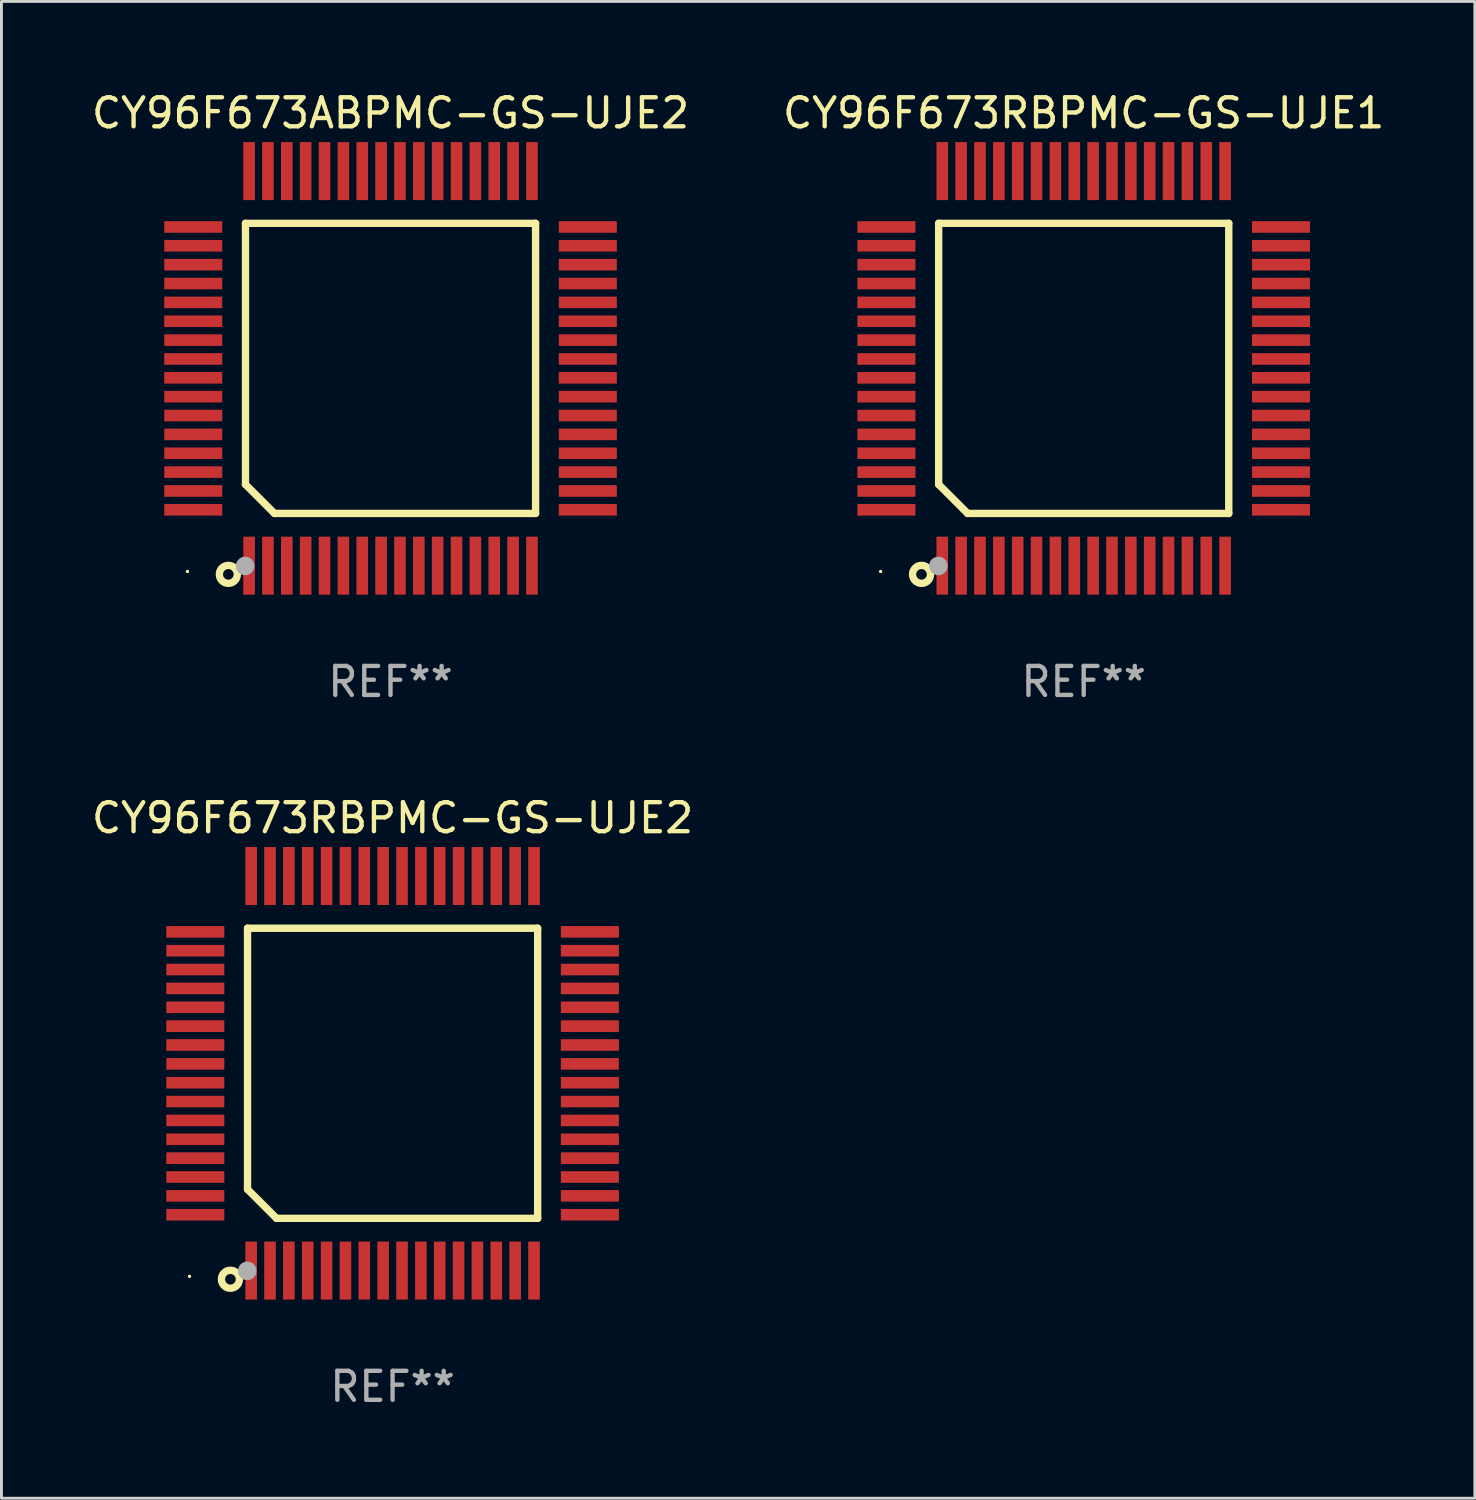
<source format=kicad_pcb>
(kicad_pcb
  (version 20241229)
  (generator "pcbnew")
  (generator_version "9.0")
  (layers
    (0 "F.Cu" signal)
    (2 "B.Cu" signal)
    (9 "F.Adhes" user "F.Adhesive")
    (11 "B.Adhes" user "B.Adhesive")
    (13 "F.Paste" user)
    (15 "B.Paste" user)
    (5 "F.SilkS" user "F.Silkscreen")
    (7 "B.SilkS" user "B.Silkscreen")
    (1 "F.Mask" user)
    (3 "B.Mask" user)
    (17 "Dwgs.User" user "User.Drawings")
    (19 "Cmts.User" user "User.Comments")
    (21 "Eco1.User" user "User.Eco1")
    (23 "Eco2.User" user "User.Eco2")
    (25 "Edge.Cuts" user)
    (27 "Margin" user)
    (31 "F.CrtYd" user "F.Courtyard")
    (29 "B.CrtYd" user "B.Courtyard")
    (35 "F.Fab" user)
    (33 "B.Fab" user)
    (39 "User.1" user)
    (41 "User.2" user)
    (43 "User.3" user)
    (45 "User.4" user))
  (footprint "CY96F673ABPMC-GS-UJE2"
    (layer "F.Cu")
    (at 10.411 9.648)
    (property "Reference" "CY96F673ABPMC-GS-UJE2" (at 0 -8.8 0) (layer "F.SilkS") (effects (font (size 1 1) (thickness 0.15))))
    (attr through_hole)
    (fp_line (start -5 -5) (end 5 -5) (stroke (width 0.254) (type solid)) (layer "F.SilkS"))
    (fp_line (start -5 4) (end -5 -5) (stroke (width 0.254) (type solid)) (layer "F.SilkS"))
    (fp_line (start -4 5) (end -5 4) (stroke (width 0.254) (type solid)) (layer "F.SilkS"))
    (fp_line (start 5 -5) (end 5 5) (stroke (width 0.254) (type solid)) (layer "F.SilkS"))
    (fp_line (start 5 5) (end -4 5) (stroke (width 0.254) (type solid)) (layer "F.SilkS"))
    (fp_circle (center -7 7) (end -6.97 7) (stroke (width 0.06) (type solid)) (fill no) (layer "F.SilkS"))
    (fp_circle (center -5.59 7.1) (end -5.28 7.1) (stroke (width 0.254) (type solid)) (fill no) (layer "F.SilkS"))
    (fp_circle (center -5.01 6.81) (end -4.85 6.81) (stroke (width 0.32) (type solid)) (fill no) (layer "F.Fab"))
    (fp_text user "REF**" (at 0 10.8 0) (layer "F.Fab") (effects (font (size 1 1) (thickness 0.15))))
    (pad "1" smd rect (at -4.875 6.8) (size 0.4 2) (layers "F.Cu" "F.Mask" "F.Paste"))
    (pad "2" smd rect (at -4.225 6.8) (size 0.4 2) (layers "F.Cu" "F.Mask" "F.Paste"))
    (pad "3" smd rect (at -3.575 6.8) (size 0.4 2) (layers "F.Cu" "F.Mask" "F.Paste"))
    (pad "4" smd rect (at -2.925 6.8) (size 0.4 2) (layers "F.Cu" "F.Mask" "F.Paste"))
    (pad "5" smd rect (at -2.275 6.8) (size 0.4 2) (layers "F.Cu" "F.Mask" "F.Paste"))
    (pad "6" smd rect (at -1.625 6.8) (size 0.4 2) (layers "F.Cu" "F.Mask" "F.Paste"))
    (pad "7" smd rect (at -0.975 6.8) (size 0.4 2) (layers "F.Cu" "F.Mask" "F.Paste"))
    (pad "8" smd rect (at -0.325 6.8) (size 0.4 2) (layers "F.Cu" "F.Mask" "F.Paste"))
    (pad "9" smd rect (at 0.325 6.8) (size 0.4 2) (layers "F.Cu" "F.Mask" "F.Paste"))
    (pad "10" smd rect (at 0.975 6.8) (size 0.4 2) (layers "F.Cu" "F.Mask" "F.Paste"))
    (pad "11" smd rect (at 1.625 6.8) (size 0.4 2) (layers "F.Cu" "F.Mask" "F.Paste"))
    (pad "12" smd rect (at 2.275 6.8) (size 0.4 2) (layers "F.Cu" "F.Mask" "F.Paste"))
    (pad "13" smd rect (at 2.925 6.8) (size 0.4 2) (layers "F.Cu" "F.Mask" "F.Paste"))
    (pad "14" smd rect (at 3.575 6.8) (size 0.4 2) (layers "F.Cu" "F.Mask" "F.Paste"))
    (pad "15" smd rect (at 4.225 6.8) (size 0.4 2) (layers "F.Cu" "F.Mask" "F.Paste"))
    (pad "16" smd rect (at 4.875 6.8) (size 0.4 2) (layers "F.Cu" "F.Mask" "F.Paste"))
    (pad "17" smd rect (at 6.8 4.875) (size 2 0.4) (layers "F.Cu" "F.Mask" "F.Paste"))
    (pad "18" smd rect (at 6.8 4.225) (size 2 0.4) (layers "F.Cu" "F.Mask" "F.Paste"))
    (pad "19" smd rect (at 6.8 3.575) (size 2 0.4) (layers "F.Cu" "F.Mask" "F.Paste"))
    (pad "20" smd rect (at 6.8 2.925) (size 2 0.4) (layers "F.Cu" "F.Mask" "F.Paste"))
    (pad "21" smd rect (at 6.8 2.275) (size 2 0.4) (layers "F.Cu" "F.Mask" "F.Paste"))
    (pad "22" smd rect (at 6.8 1.625) (size 2 0.4) (layers "F.Cu" "F.Mask" "F.Paste"))
    (pad "23" smd rect (at 6.8 0.975) (size 2 0.4) (layers "F.Cu" "F.Mask" "F.Paste"))
    (pad "24" smd rect (at 6.8 0.325) (size 2 0.4) (layers "F.Cu" "F.Mask" "F.Paste"))
    (pad "25" smd rect (at 6.8 -0.325) (size 2 0.4) (layers "F.Cu" "F.Mask" "F.Paste"))
    (pad "26" smd rect (at 6.8 -0.975) (size 2 0.4) (layers "F.Cu" "F.Mask" "F.Paste"))
    (pad "27" smd rect (at 6.8 -1.625) (size 2 0.4) (layers "F.Cu" "F.Mask" "F.Paste"))
    (pad "28" smd rect (at 6.8 -2.275) (size 2 0.4) (layers "F.Cu" "F.Mask" "F.Paste"))
    (pad "29" smd rect (at 6.8 -2.925) (size 2 0.4) (layers "F.Cu" "F.Mask" "F.Paste"))
    (pad "30" smd rect (at 6.8 -3.575) (size 2 0.4) (layers "F.Cu" "F.Mask" "F.Paste"))
    (pad "31" smd rect (at 6.8 -4.225) (size 2 0.4) (layers "F.Cu" "F.Mask" "F.Paste"))
    (pad "32" smd rect (at 6.8 -4.875) (size 2 0.4) (layers "F.Cu" "F.Mask" "F.Paste"))
    (pad "33" smd rect (at 4.875 -6.8) (size 0.4 2) (layers "F.Cu" "F.Mask" "F.Paste"))
    (pad "34" smd rect (at 4.225 -6.8) (size 0.4 2) (layers "F.Cu" "F.Mask" "F.Paste"))
    (pad "35" smd rect (at 3.575 -6.8) (size 0.4 2) (layers "F.Cu" "F.Mask" "F.Paste"))
    (pad "36" smd rect (at 2.925 -6.8) (size 0.4 2) (layers "F.Cu" "F.Mask" "F.Paste"))
    (pad "37" smd rect (at 2.275 -6.8) (size 0.4 2) (layers "F.Cu" "F.Mask" "F.Paste"))
    (pad "38" smd rect (at 1.625 -6.8) (size 0.4 2) (layers "F.Cu" "F.Mask" "F.Paste"))
    (pad "39" smd rect (at 0.975 -6.8) (size 0.4 2) (layers "F.Cu" "F.Mask" "F.Paste"))
    (pad "40" smd rect (at 0.325 -6.8) (size 0.4 2) (layers "F.Cu" "F.Mask" "F.Paste"))
    (pad "41" smd rect (at -0.325 -6.8) (size 0.4 2) (layers "F.Cu" "F.Mask" "F.Paste"))
    (pad "42" smd rect (at -0.975 -6.8) (size 0.4 2) (layers "F.Cu" "F.Mask" "F.Paste"))
    (pad "43" smd rect (at -1.625 -6.8) (size 0.4 2) (layers "F.Cu" "F.Mask" "F.Paste"))
    (pad "44" smd rect (at -2.275 -6.8) (size 0.4 2) (layers "F.Cu" "F.Mask" "F.Paste"))
    (pad "45" smd rect (at -2.925 -6.8) (size 0.4 2) (layers "F.Cu" "F.Mask" "F.Paste"))
    (pad "46" smd rect (at -3.575 -6.8) (size 0.4 2) (layers "F.Cu" "F.Mask" "F.Paste"))
    (pad "47" smd rect (at -4.225 -6.8) (size 0.4 2) (layers "F.Cu" "F.Mask" "F.Paste"))
    (pad "48" smd rect (at -4.875 -6.8) (size 0.4 2) (layers "F.Cu" "F.Mask" "F.Paste"))
    (pad "49" smd rect (at -6.8 -4.875) (size 2 0.4) (layers "F.Cu" "F.Mask" "F.Paste"))
    (pad "50" smd rect (at -6.8 -4.225) (size 2 0.4) (layers "F.Cu" "F.Mask" "F.Paste"))
    (pad "51" smd rect (at -6.8 -3.575) (size 2 0.4) (layers "F.Cu" "F.Mask" "F.Paste"))
    (pad "52" smd rect (at -6.8 -2.925) (size 2 0.4) (layers "F.Cu" "F.Mask" "F.Paste"))
    (pad "53" smd rect (at -6.8 -2.275) (size 2 0.4) (layers "F.Cu" "F.Mask" "F.Paste"))
    (pad "54" smd rect (at -6.8 -1.625) (size 2 0.4) (layers "F.Cu" "F.Mask" "F.Paste"))
    (pad "55" smd rect (at -6.8 -0.975) (size 2 0.4) (layers "F.Cu" "F.Mask" "F.Paste"))
    (pad "56" smd rect (at -6.8 -0.325) (size 2 0.4) (layers "F.Cu" "F.Mask" "F.Paste"))
    (pad "57" smd rect (at -6.8 0.325) (size 2 0.4) (layers "F.Cu" "F.Mask" "F.Paste"))
    (pad "58" smd rect (at -6.8 0.975) (size 2 0.4) (layers "F.Cu" "F.Mask" "F.Paste"))
    (pad "59" smd rect (at -6.8 1.625) (size 2 0.4) (layers "F.Cu" "F.Mask" "F.Paste"))
    (pad "60" smd rect (at -6.8 2.275) (size 2 0.4) (layers "F.Cu" "F.Mask" "F.Paste"))
    (pad "61" smd rect (at -6.8 2.925) (size 2 0.4) (layers "F.Cu" "F.Mask" "F.Paste"))
    (pad "62" smd rect (at -6.8 3.575) (size 2 0.4) (layers "F.Cu" "F.Mask" "F.Paste"))
    (pad "63" smd rect (at -6.8 4.225) (size 2 0.4) (layers "F.Cu" "F.Mask" "F.Paste"))
    (pad "64" smd rect (at -6.8 4.875) (size 2 0.4) (layers "F.Cu" "F.Mask" "F.Paste")))
  (footprint "CY96F673RBPMC-GS-UJE2"
    (layer "F.Cu")
    (at 10.482 33.945)
    (property "Reference" "CY96F673RBPMC-GS-UJE2" (at 0 -8.8 0) (layer "F.SilkS") (effects (font (size 1 1) (thickness 0.15))))
    (attr through_hole)
    (fp_line (start -5 -5) (end 5 -5) (stroke (width 0.254) (type solid)) (layer "F.SilkS"))
    (fp_line (start -5 4) (end -5 -5) (stroke (width 0.254) (type solid)) (layer "F.SilkS"))
    (fp_line (start -4 5) (end -5 4) (stroke (width 0.254) (type solid)) (layer "F.SilkS"))
    (fp_line (start 5 -5) (end 5 5) (stroke (width 0.254) (type solid)) (layer "F.SilkS"))
    (fp_line (start 5 5) (end -4 5) (stroke (width 0.254) (type solid)) (layer "F.SilkS"))
    (fp_circle (center -7 7) (end -6.97 7) (stroke (width 0.06) (type solid)) (fill no) (layer "F.SilkS"))
    (fp_circle (center -5.59 7.1) (end -5.28 7.1) (stroke (width 0.254) (type solid)) (fill no) (layer "F.SilkS"))
    (fp_circle (center -5.01 6.81) (end -4.85 6.81) (stroke (width 0.32) (type solid)) (fill no) (layer "F.Fab"))
    (fp_text user "REF**" (at 0 10.8 0) (layer "F.Fab") (effects (font (size 1 1) (thickness 0.15))))
    (pad "1" smd rect (at -4.875 6.8) (size 0.4 2) (layers "F.Cu" "F.Mask" "F.Paste"))
    (pad "2" smd rect (at -4.225 6.8) (size 0.4 2) (layers "F.Cu" "F.Mask" "F.Paste"))
    (pad "3" smd rect (at -3.575 6.8) (size 0.4 2) (layers "F.Cu" "F.Mask" "F.Paste"))
    (pad "4" smd rect (at -2.925 6.8) (size 0.4 2) (layers "F.Cu" "F.Mask" "F.Paste"))
    (pad "5" smd rect (at -2.275 6.8) (size 0.4 2) (layers "F.Cu" "F.Mask" "F.Paste"))
    (pad "6" smd rect (at -1.625 6.8) (size 0.4 2) (layers "F.Cu" "F.Mask" "F.Paste"))
    (pad "7" smd rect (at -0.975 6.8) (size 0.4 2) (layers "F.Cu" "F.Mask" "F.Paste"))
    (pad "8" smd rect (at -0.325 6.8) (size 0.4 2) (layers "F.Cu" "F.Mask" "F.Paste"))
    (pad "9" smd rect (at 0.325 6.8) (size 0.4 2) (layers "F.Cu" "F.Mask" "F.Paste"))
    (pad "10" smd rect (at 0.975 6.8) (size 0.4 2) (layers "F.Cu" "F.Mask" "F.Paste"))
    (pad "11" smd rect (at 1.625 6.8) (size 0.4 2) (layers "F.Cu" "F.Mask" "F.Paste"))
    (pad "12" smd rect (at 2.275 6.8) (size 0.4 2) (layers "F.Cu" "F.Mask" "F.Paste"))
    (pad "13" smd rect (at 2.925 6.8) (size 0.4 2) (layers "F.Cu" "F.Mask" "F.Paste"))
    (pad "14" smd rect (at 3.575 6.8) (size 0.4 2) (layers "F.Cu" "F.Mask" "F.Paste"))
    (pad "15" smd rect (at 4.225 6.8) (size 0.4 2) (layers "F.Cu" "F.Mask" "F.Paste"))
    (pad "16" smd rect (at 4.875 6.8) (size 0.4 2) (layers "F.Cu" "F.Mask" "F.Paste"))
    (pad "17" smd rect (at 6.8 4.875) (size 2 0.4) (layers "F.Cu" "F.Mask" "F.Paste"))
    (pad "18" smd rect (at 6.8 4.225) (size 2 0.4) (layers "F.Cu" "F.Mask" "F.Paste"))
    (pad "19" smd rect (at 6.8 3.575) (size 2 0.4) (layers "F.Cu" "F.Mask" "F.Paste"))
    (pad "20" smd rect (at 6.8 2.925) (size 2 0.4) (layers "F.Cu" "F.Mask" "F.Paste"))
    (pad "21" smd rect (at 6.8 2.275) (size 2 0.4) (layers "F.Cu" "F.Mask" "F.Paste"))
    (pad "22" smd rect (at 6.8 1.625) (size 2 0.4) (layers "F.Cu" "F.Mask" "F.Paste"))
    (pad "23" smd rect (at 6.8 0.975) (size 2 0.4) (layers "F.Cu" "F.Mask" "F.Paste"))
    (pad "24" smd rect (at 6.8 0.325) (size 2 0.4) (layers "F.Cu" "F.Mask" "F.Paste"))
    (pad "25" smd rect (at 6.8 -0.325) (size 2 0.4) (layers "F.Cu" "F.Mask" "F.Paste"))
    (pad "26" smd rect (at 6.8 -0.975) (size 2 0.4) (layers "F.Cu" "F.Mask" "F.Paste"))
    (pad "27" smd rect (at 6.8 -1.625) (size 2 0.4) (layers "F.Cu" "F.Mask" "F.Paste"))
    (pad "28" smd rect (at 6.8 -2.275) (size 2 0.4) (layers "F.Cu" "F.Mask" "F.Paste"))
    (pad "29" smd rect (at 6.8 -2.925) (size 2 0.4) (layers "F.Cu" "F.Mask" "F.Paste"))
    (pad "30" smd rect (at 6.8 -3.575) (size 2 0.4) (layers "F.Cu" "F.Mask" "F.Paste"))
    (pad "31" smd rect (at 6.8 -4.225) (size 2 0.4) (layers "F.Cu" "F.Mask" "F.Paste"))
    (pad "32" smd rect (at 6.8 -4.875) (size 2 0.4) (layers "F.Cu" "F.Mask" "F.Paste"))
    (pad "33" smd rect (at 4.875 -6.8) (size 0.4 2) (layers "F.Cu" "F.Mask" "F.Paste"))
    (pad "34" smd rect (at 4.225 -6.8) (size 0.4 2) (layers "F.Cu" "F.Mask" "F.Paste"))
    (pad "35" smd rect (at 3.575 -6.8) (size 0.4 2) (layers "F.Cu" "F.Mask" "F.Paste"))
    (pad "36" smd rect (at 2.925 -6.8) (size 0.4 2) (layers "F.Cu" "F.Mask" "F.Paste"))
    (pad "37" smd rect (at 2.275 -6.8) (size 0.4 2) (layers "F.Cu" "F.Mask" "F.Paste"))
    (pad "38" smd rect (at 1.625 -6.8) (size 0.4 2) (layers "F.Cu" "F.Mask" "F.Paste"))
    (pad "39" smd rect (at 0.975 -6.8) (size 0.4 2) (layers "F.Cu" "F.Mask" "F.Paste"))
    (pad "40" smd rect (at 0.325 -6.8) (size 0.4 2) (layers "F.Cu" "F.Mask" "F.Paste"))
    (pad "41" smd rect (at -0.325 -6.8) (size 0.4 2) (layers "F.Cu" "F.Mask" "F.Paste"))
    (pad "42" smd rect (at -0.975 -6.8) (size 0.4 2) (layers "F.Cu" "F.Mask" "F.Paste"))
    (pad "43" smd rect (at -1.625 -6.8) (size 0.4 2) (layers "F.Cu" "F.Mask" "F.Paste"))
    (pad "44" smd rect (at -2.275 -6.8) (size 0.4 2) (layers "F.Cu" "F.Mask" "F.Paste"))
    (pad "45" smd rect (at -2.925 -6.8) (size 0.4 2) (layers "F.Cu" "F.Mask" "F.Paste"))
    (pad "46" smd rect (at -3.575 -6.8) (size 0.4 2) (layers "F.Cu" "F.Mask" "F.Paste"))
    (pad "47" smd rect (at -4.225 -6.8) (size 0.4 2) (layers "F.Cu" "F.Mask" "F.Paste"))
    (pad "48" smd rect (at -4.875 -6.8) (size 0.4 2) (layers "F.Cu" "F.Mask" "F.Paste"))
    (pad "49" smd rect (at -6.8 -4.875) (size 2 0.4) (layers "F.Cu" "F.Mask" "F.Paste"))
    (pad "50" smd rect (at -6.8 -4.225) (size 2 0.4) (layers "F.Cu" "F.Mask" "F.Paste"))
    (pad "51" smd rect (at -6.8 -3.575) (size 2 0.4) (layers "F.Cu" "F.Mask" "F.Paste"))
    (pad "52" smd rect (at -6.8 -2.925) (size 2 0.4) (layers "F.Cu" "F.Mask" "F.Paste"))
    (pad "53" smd rect (at -6.8 -2.275) (size 2 0.4) (layers "F.Cu" "F.Mask" "F.Paste"))
    (pad "54" smd rect (at -6.8 -1.625) (size 2 0.4) (layers "F.Cu" "F.Mask" "F.Paste"))
    (pad "55" smd rect (at -6.8 -0.975) (size 2 0.4) (layers "F.Cu" "F.Mask" "F.Paste"))
    (pad "56" smd rect (at -6.8 -0.325) (size 2 0.4) (layers "F.Cu" "F.Mask" "F.Paste"))
    (pad "57" smd rect (at -6.8 0.325) (size 2 0.4) (layers "F.Cu" "F.Mask" "F.Paste"))
    (pad "58" smd rect (at -6.8 0.975) (size 2 0.4) (layers "F.Cu" "F.Mask" "F.Paste"))
    (pad "59" smd rect (at -6.8 1.625) (size 2 0.4) (layers "F.Cu" "F.Mask" "F.Paste"))
    (pad "60" smd rect (at -6.8 2.275) (size 2 0.4) (layers "F.Cu" "F.Mask" "F.Paste"))
    (pad "61" smd rect (at -6.8 2.925) (size 2 0.4) (layers "F.Cu" "F.Mask" "F.Paste"))
    (pad "62" smd rect (at -6.8 3.575) (size 2 0.4) (layers "F.Cu" "F.Mask" "F.Paste"))
    (pad "63" smd rect (at -6.8 4.225) (size 2 0.4) (layers "F.Cu" "F.Mask" "F.Paste"))
    (pad "64" smd rect (at -6.8 4.875) (size 2 0.4) (layers "F.Cu" "F.Mask" "F.Paste")))
  (footprint "CY96F673RBPMC-GS-UJE1"
    (layer "F.Cu")
    (at 34.304 9.648)
    (property "Reference" "CY96F673RBPMC-GS-UJE1" (at 0 -8.8 0) (layer "F.SilkS") (effects (font (size 1 1) (thickness 0.15))))
    (attr through_hole)
    (fp_line (start -5 -5) (end 5 -5) (stroke (width 0.254) (type solid)) (layer "F.SilkS"))
    (fp_line (start -5 4) (end -5 -5) (stroke (width 0.254) (type solid)) (layer "F.SilkS"))
    (fp_line (start -4 5) (end -5 4) (stroke (width 0.254) (type solid)) (layer "F.SilkS"))
    (fp_line (start 5 -5) (end 5 5) (stroke (width 0.254) (type solid)) (layer "F.SilkS"))
    (fp_line (start 5 5) (end -4 5) (stroke (width 0.254) (type solid)) (layer "F.SilkS"))
    (fp_circle (center -7 7) (end -6.97 7) (stroke (width 0.06) (type solid)) (fill no) (layer "F.SilkS"))
    (fp_circle (center -5.59 7.1) (end -5.28 7.1) (stroke (width 0.254) (type solid)) (fill no) (layer "F.SilkS"))
    (fp_circle (center -5.01 6.81) (end -4.85 6.81) (stroke (width 0.32) (type solid)) (fill no) (layer "F.Fab"))
    (fp_text user "REF**" (at 0 10.8 0) (layer "F.Fab") (effects (font (size 1 1) (thickness 0.15))))
    (pad "1" smd rect (at -4.875 6.8) (size 0.4 2) (layers "F.Cu" "F.Mask" "F.Paste"))
    (pad "2" smd rect (at -4.225 6.8) (size 0.4 2) (layers "F.Cu" "F.Mask" "F.Paste"))
    (pad "3" smd rect (at -3.575 6.8) (size 0.4 2) (layers "F.Cu" "F.Mask" "F.Paste"))
    (pad "4" smd rect (at -2.925 6.8) (size 0.4 2) (layers "F.Cu" "F.Mask" "F.Paste"))
    (pad "5" smd rect (at -2.275 6.8) (size 0.4 2) (layers "F.Cu" "F.Mask" "F.Paste"))
    (pad "6" smd rect (at -1.625 6.8) (size 0.4 2) (layers "F.Cu" "F.Mask" "F.Paste"))
    (pad "7" smd rect (at -0.975 6.8) (size 0.4 2) (layers "F.Cu" "F.Mask" "F.Paste"))
    (pad "8" smd rect (at -0.325 6.8) (size 0.4 2) (layers "F.Cu" "F.Mask" "F.Paste"))
    (pad "9" smd rect (at 0.325 6.8) (size 0.4 2) (layers "F.Cu" "F.Mask" "F.Paste"))
    (pad "10" smd rect (at 0.975 6.8) (size 0.4 2) (layers "F.Cu" "F.Mask" "F.Paste"))
    (pad "11" smd rect (at 1.625 6.8) (size 0.4 2) (layers "F.Cu" "F.Mask" "F.Paste"))
    (pad "12" smd rect (at 2.275 6.8) (size 0.4 2) (layers "F.Cu" "F.Mask" "F.Paste"))
    (pad "13" smd rect (at 2.925 6.8) (size 0.4 2) (layers "F.Cu" "F.Mask" "F.Paste"))
    (pad "14" smd rect (at 3.575 6.8) (size 0.4 2) (layers "F.Cu" "F.Mask" "F.Paste"))
    (pad "15" smd rect (at 4.225 6.8) (size 0.4 2) (layers "F.Cu" "F.Mask" "F.Paste"))
    (pad "16" smd rect (at 4.875 6.8) (size 0.4 2) (layers "F.Cu" "F.Mask" "F.Paste"))
    (pad "17" smd rect (at 6.8 4.875) (size 2 0.4) (layers "F.Cu" "F.Mask" "F.Paste"))
    (pad "18" smd rect (at 6.8 4.225) (size 2 0.4) (layers "F.Cu" "F.Mask" "F.Paste"))
    (pad "19" smd rect (at 6.8 3.575) (size 2 0.4) (layers "F.Cu" "F.Mask" "F.Paste"))
    (pad "20" smd rect (at 6.8 2.925) (size 2 0.4) (layers "F.Cu" "F.Mask" "F.Paste"))
    (pad "21" smd rect (at 6.8 2.275) (size 2 0.4) (layers "F.Cu" "F.Mask" "F.Paste"))
    (pad "22" smd rect (at 6.8 1.625) (size 2 0.4) (layers "F.Cu" "F.Mask" "F.Paste"))
    (pad "23" smd rect (at 6.8 0.975) (size 2 0.4) (layers "F.Cu" "F.Mask" "F.Paste"))
    (pad "24" smd rect (at 6.8 0.325) (size 2 0.4) (layers "F.Cu" "F.Mask" "F.Paste"))
    (pad "25" smd rect (at 6.8 -0.325) (size 2 0.4) (layers "F.Cu" "F.Mask" "F.Paste"))
    (pad "26" smd rect (at 6.8 -0.975) (size 2 0.4) (layers "F.Cu" "F.Mask" "F.Paste"))
    (pad "27" smd rect (at 6.8 -1.625) (size 2 0.4) (layers "F.Cu" "F.Mask" "F.Paste"))
    (pad "28" smd rect (at 6.8 -2.275) (size 2 0.4) (layers "F.Cu" "F.Mask" "F.Paste"))
    (pad "29" smd rect (at 6.8 -2.925) (size 2 0.4) (layers "F.Cu" "F.Mask" "F.Paste"))
    (pad "30" smd rect (at 6.8 -3.575) (size 2 0.4) (layers "F.Cu" "F.Mask" "F.Paste"))
    (pad "31" smd rect (at 6.8 -4.225) (size 2 0.4) (layers "F.Cu" "F.Mask" "F.Paste"))
    (pad "32" smd rect (at 6.8 -4.875) (size 2 0.4) (layers "F.Cu" "F.Mask" "F.Paste"))
    (pad "33" smd rect (at 4.875 -6.8) (size 0.4 2) (layers "F.Cu" "F.Mask" "F.Paste"))
    (pad "34" smd rect (at 4.225 -6.8) (size 0.4 2) (layers "F.Cu" "F.Mask" "F.Paste"))
    (pad "35" smd rect (at 3.575 -6.8) (size 0.4 2) (layers "F.Cu" "F.Mask" "F.Paste"))
    (pad "36" smd rect (at 2.925 -6.8) (size 0.4 2) (layers "F.Cu" "F.Mask" "F.Paste"))
    (pad "37" smd rect (at 2.275 -6.8) (size 0.4 2) (layers "F.Cu" "F.Mask" "F.Paste"))
    (pad "38" smd rect (at 1.625 -6.8) (size 0.4 2) (layers "F.Cu" "F.Mask" "F.Paste"))
    (pad "39" smd rect (at 0.975 -6.8) (size 0.4 2) (layers "F.Cu" "F.Mask" "F.Paste"))
    (pad "40" smd rect (at 0.325 -6.8) (size 0.4 2) (layers "F.Cu" "F.Mask" "F.Paste"))
    (pad "41" smd rect (at -0.325 -6.8) (size 0.4 2) (layers "F.Cu" "F.Mask" "F.Paste"))
    (pad "42" smd rect (at -0.975 -6.8) (size 0.4 2) (layers "F.Cu" "F.Mask" "F.Paste"))
    (pad "43" smd rect (at -1.625 -6.8) (size 0.4 2) (layers "F.Cu" "F.Mask" "F.Paste"))
    (pad "44" smd rect (at -2.275 -6.8) (size 0.4 2) (layers "F.Cu" "F.Mask" "F.Paste"))
    (pad "45" smd rect (at -2.925 -6.8) (size 0.4 2) (layers "F.Cu" "F.Mask" "F.Paste"))
    (pad "46" smd rect (at -3.575 -6.8) (size 0.4 2) (layers "F.Cu" "F.Mask" "F.Paste"))
    (pad "47" smd rect (at -4.225 -6.8) (size 0.4 2) (layers "F.Cu" "F.Mask" "F.Paste"))
    (pad "48" smd rect (at -4.875 -6.8) (size 0.4 2) (layers "F.Cu" "F.Mask" "F.Paste"))
    (pad "49" smd rect (at -6.8 -4.875) (size 2 0.4) (layers "F.Cu" "F.Mask" "F.Paste"))
    (pad "50" smd rect (at -6.8 -4.225) (size 2 0.4) (layers "F.Cu" "F.Mask" "F.Paste"))
    (pad "51" smd rect (at -6.8 -3.575) (size 2 0.4) (layers "F.Cu" "F.Mask" "F.Paste"))
    (pad "52" smd rect (at -6.8 -2.925) (size 2 0.4) (layers "F.Cu" "F.Mask" "F.Paste"))
    (pad "53" smd rect (at -6.8 -2.275) (size 2 0.4) (layers "F.Cu" "F.Mask" "F.Paste"))
    (pad "54" smd rect (at -6.8 -1.625) (size 2 0.4) (layers "F.Cu" "F.Mask" "F.Paste"))
    (pad "55" smd rect (at -6.8 -0.975) (size 2 0.4) (layers "F.Cu" "F.Mask" "F.Paste"))
    (pad "56" smd rect (at -6.8 -0.325) (size 2 0.4) (layers "F.Cu" "F.Mask" "F.Paste"))
    (pad "57" smd rect (at -6.8 0.325) (size 2 0.4) (layers "F.Cu" "F.Mask" "F.Paste"))
    (pad "58" smd rect (at -6.8 0.975) (size 2 0.4) (layers "F.Cu" "F.Mask" "F.Paste"))
    (pad "59" smd rect (at -6.8 1.625) (size 2 0.4) (layers "F.Cu" "F.Mask" "F.Paste"))
    (pad "60" smd rect (at -6.8 2.275) (size 2 0.4) (layers "F.Cu" "F.Mask" "F.Paste"))
    (pad "61" smd rect (at -6.8 2.925) (size 2 0.4) (layers "F.Cu" "F.Mask" "F.Paste"))
    (pad "62" smd rect (at -6.8 3.575) (size 2 0.4) (layers "F.Cu" "F.Mask" "F.Paste"))
    (pad "63" smd rect (at -6.8 4.225) (size 2 0.4) (layers "F.Cu" "F.Mask" "F.Paste"))
    (pad "64" smd rect (at -6.8 4.875) (size 2 0.4) (layers "F.Cu" "F.Mask" "F.Paste")))
  (gr_rect
    (start -3 -3)
    (end 47.786 48.593)
    (stroke (width 0.1) (type default))
    (fill no)
    (layer "Edge.Cuts")))
</source>
